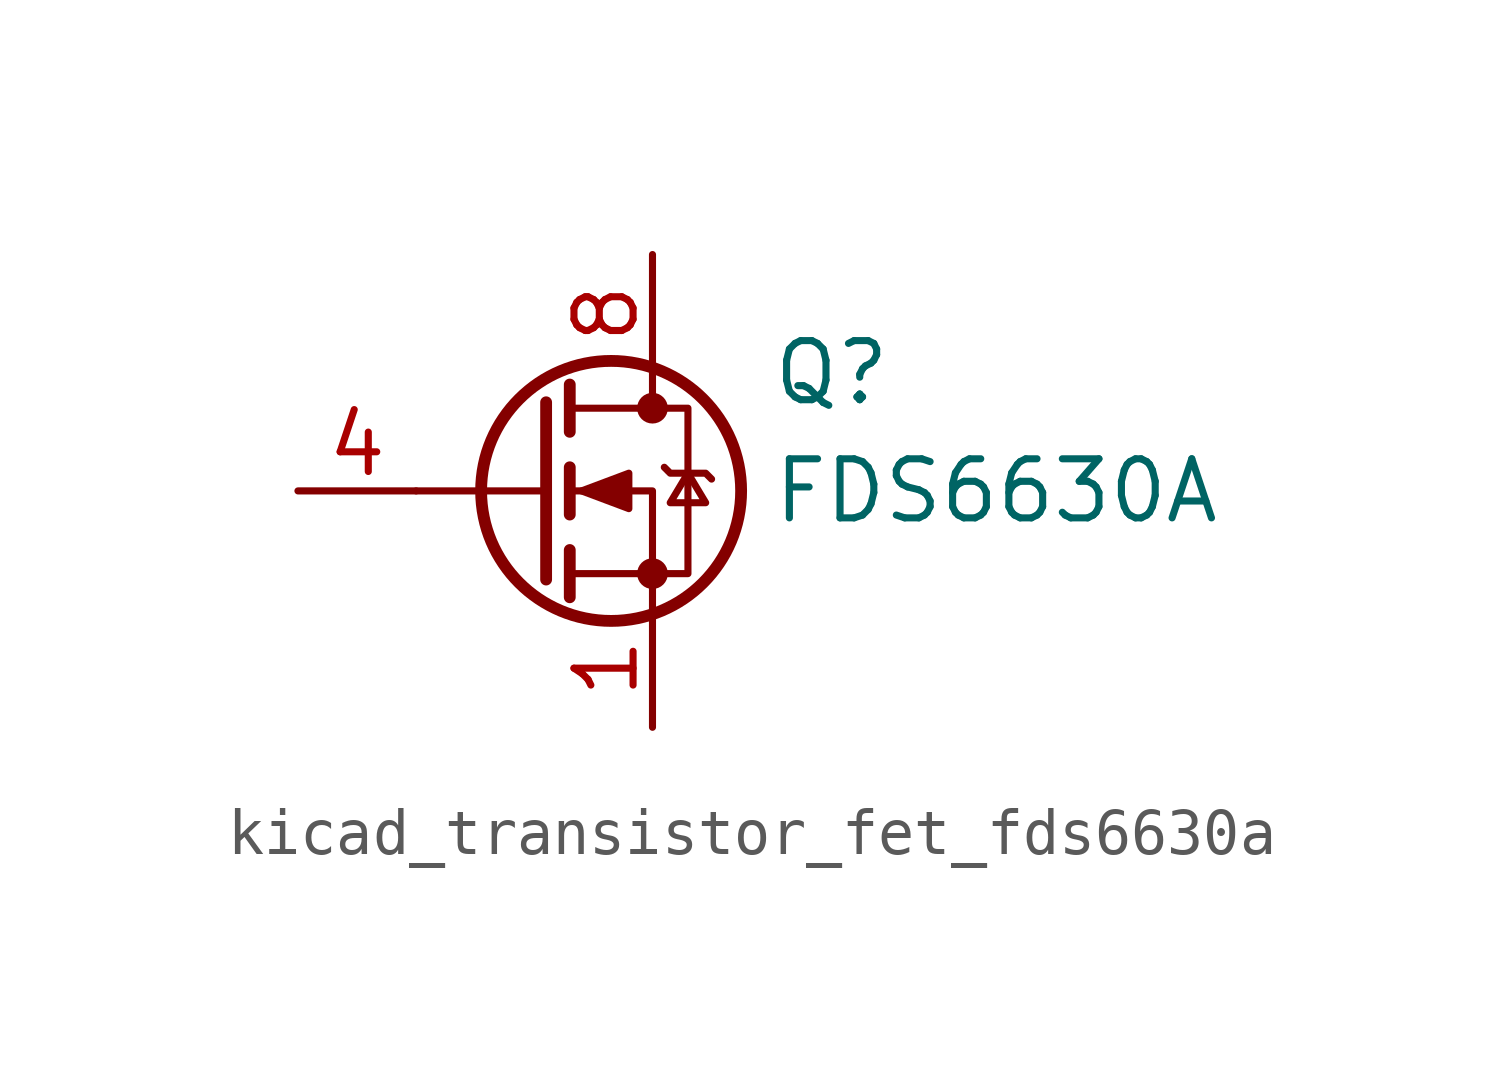
<source format=kicad_sym>
(kicad_symbol_lib
  (version 20220914)
  (generator kicad_symbol_editor)
  (symbol "kicad_transistor_fet_fds6630a"
    (pin_names hide)
    (property "Reference" "Q"
      (at 5.08 2.54 0)
      (effects (font (size 1.27 1.27)) (justify left)))
    (property "Value" "FDS6630A"
      (at 5.08 0 0)
      (effects (font (size 1.27 1.27)) (justify left)))
    (symbol "kicad_transistor_fet_fds6630a_0_1"
      (polyline (pts (xy 0.254 0) (xy -2.54 0)) (stroke (width 0) (type default)) (fill (type none)))
      (polyline (pts (xy 0.254 1.905) (xy 0.254 -1.905)) (stroke (width 0.254) (type default)) (fill (type none)))
      (polyline (pts (xy 0.762 -1.27) (xy 0.762 -2.286)) (stroke (width 0.254) (type default)) (fill (type none)))
      (polyline (pts (xy 0.762 0.508) (xy 0.762 -0.508)) (stroke (width 0.254) (type default)) (fill (type none)))
      (polyline (pts (xy 0.762 2.286) (xy 0.762 1.27)) (stroke (width 0.254) (type default)) (fill (type none)))
      (polyline (pts (xy 2.54 2.54) (xy 2.54 1.778)) (stroke (width 0) (type default)) (fill (type none)))
      (polyline (pts (xy 2.54 -2.54) (xy 2.54 0) (xy 0.762 0)) (stroke (width 0) (type default)) (fill (type none)))
      (polyline (pts (xy 0.762 -1.778) (xy 3.302 -1.778) (xy 3.302 1.778) (xy 0.762 1.778)) (stroke (width 0) (type default)) (fill (type none)))
      (polyline (pts (xy 1.016 0) (xy 2.032 0.381) (xy 2.032 -0.381) (xy 1.016 0)) (stroke (width 0) (type default)) (fill (type outline)))
      (polyline (pts (xy 2.794 0.508) (xy 2.921 0.381) (xy 3.683 0.381) (xy 3.81 0.254)) (stroke (width 0) (type default)) (fill (type none)))
      (polyline (pts (xy 3.302 0.381) (xy 2.921 -0.254) (xy 3.683 -0.254) (xy 3.302 0.381)) (stroke (width 0) (type default)) (fill (type none)))
      (circle (center 1.651 0) (radius 2.794) (stroke (width 0.254) (type default)) (fill (type none)))
      (circle (center 2.54 -1.778) (radius 0.254) (stroke (width 0) (type default)) (fill (type outline)))
      (circle (center 2.54 1.778) (radius 0.254) (stroke (width 0) (type default)) (fill (type outline))))
    (symbol "kicad_transistor_fet_fds6630a_1_1"
      (pin passive line (at 2.54 -5.08 90) (length 2.54) (name "S" (effects (font (size 1.27 1.27)))) (number "1" (effects (font (size 1.27 1.27)))))
      (pin passive line (at 2.54 -5.08 90) (length 2.54) hide (name "S" (effects (font (size 1.27 1.27)))) (number "2" (effects (font (size 1.27 1.27)))))
      (pin passive line (at 2.54 -5.08 90) (length 2.54) hide (name "S" (effects (font (size 1.27 1.27)))) (number "3" (effects (font (size 1.27 1.27)))))
      (pin input line (at -5.08 0 0) (length 2.54) (name "G" (effects (font (size 1.27 1.27)))) (number "4" (effects (font (size 1.27 1.27)))))
      (pin passive line (at 2.54 5.08 270) (length 2.54) hide (name "D" (effects (font (size 1.27 1.27)))) (number "5" (effects (font (size 1.27 1.27)))))
      (pin passive line (at 2.54 5.08 270) (length 2.54) hide (name "D" (effects (font (size 1.27 1.27)))) (number "6" (effects (font (size 1.27 1.27)))))
      (pin passive line (at 2.54 5.08 270) (length 2.54) hide (name "D" (effects (font (size 1.27 1.27)))) (number "7" (effects (font (size 1.27 1.27)))))
      (pin passive line (at 2.54 5.08 270) (length 2.54) (name "D" (effects (font (size 1.27 1.27)))) (number "8" (effects (font (size 1.27 1.27))))))))
</source>
